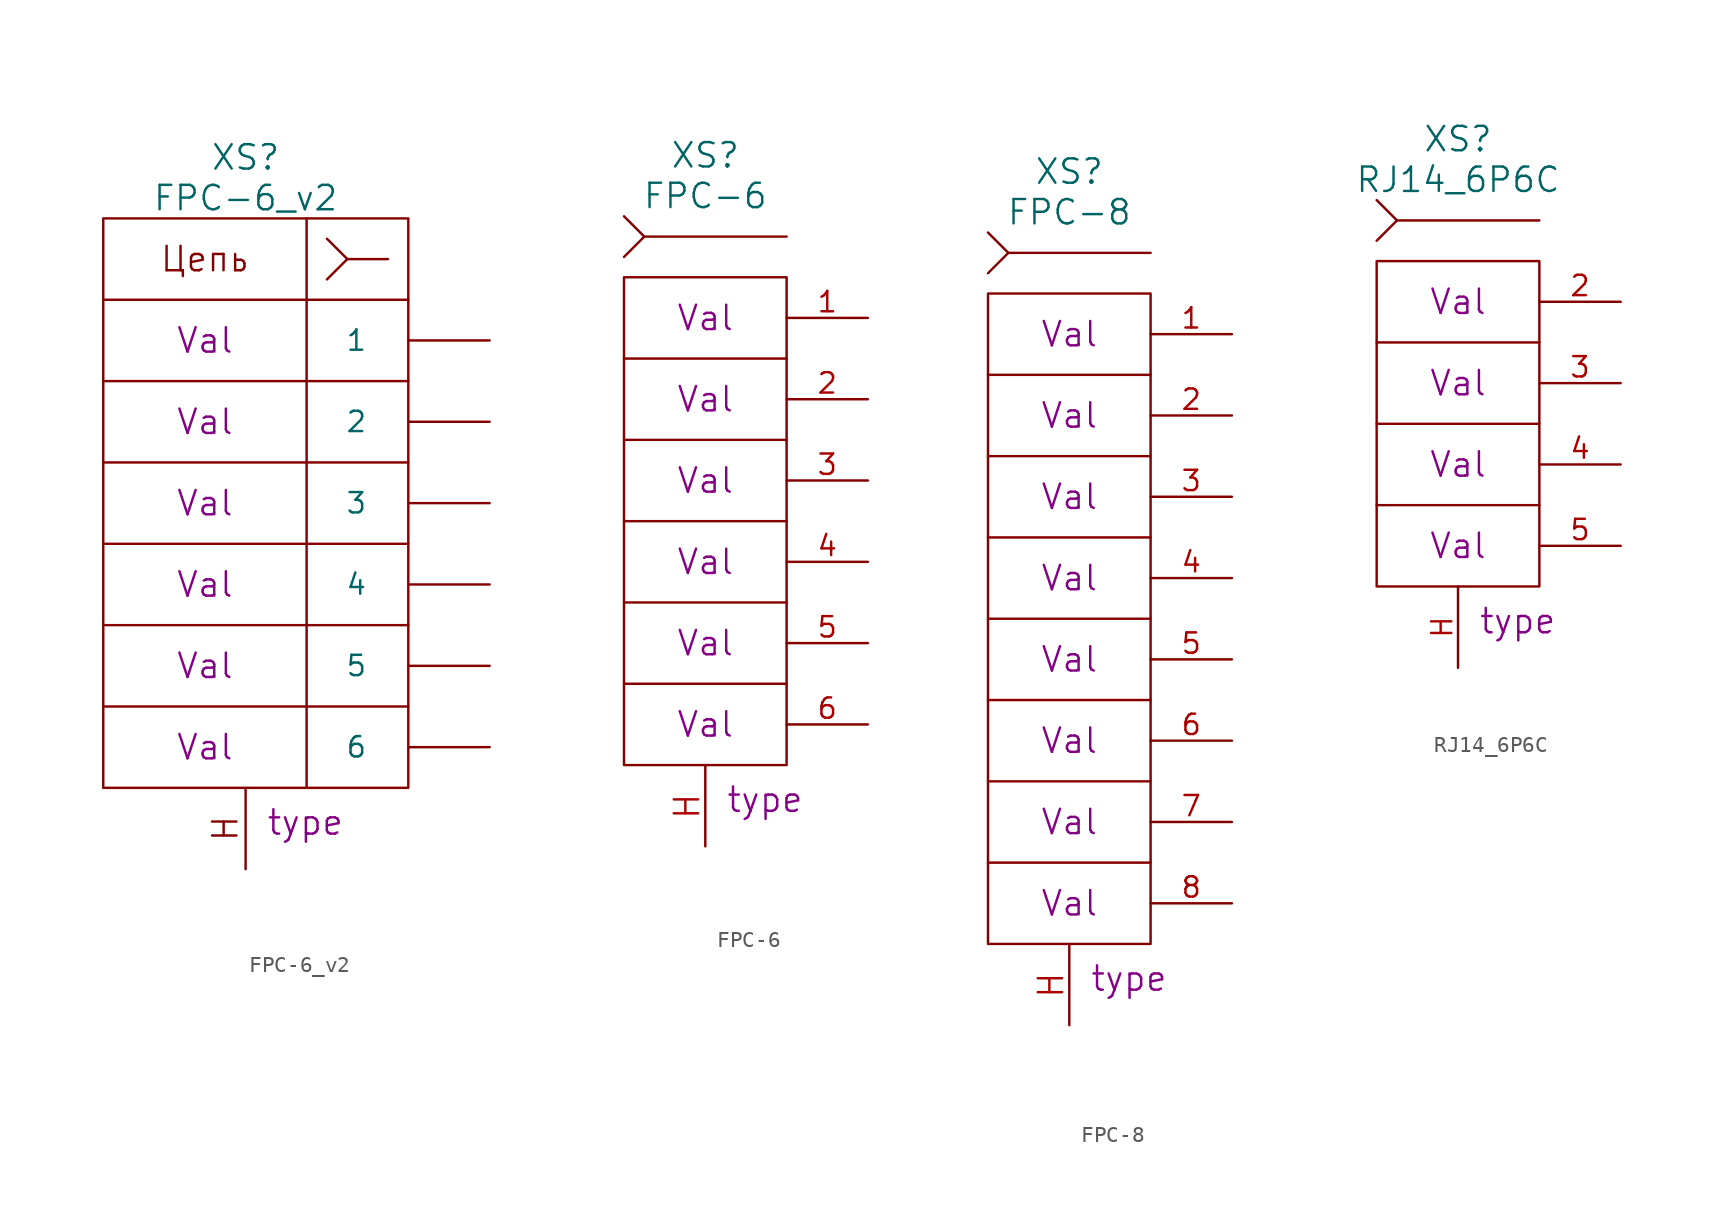
<source format=kicad_sym>
(kicad_symbol_lib
  (version 20220914)
  (generator kicad_symbol_editor)
  (symbol "FPC-6_v2"
    (pin_numbers hide)
    (pin_names
      (offset 2.54))
    (property "Reference" "XS"
      (at 0 21.59 0)
      (do_not_autoplace)
      (effects (font (size 1.524 1.524))))
    (property "Value" "FPC-6_v2"
      (at 0 19.05 0)
      (do_not_autoplace)
      (effects (font (size 1.524 1.524))))
    (property "Datasheet" ""
      (at 8.89 -13.97 0)
      (effects (font (size 1.524 1.524))))
    (property "Pin1" "Val"
      (at -2.54 10.16 0)
      (do_not_autoplace)
      (effects (font (size 1.524 1.524))))
    (property "Pin2" "Val"
      (at -2.54 5.08 0)
      (do_not_autoplace)
      (effects (font (size 1.524 1.524))))
    (property "Pin3" "Val"
      (at -2.54 0 0)
      (do_not_autoplace)
      (effects (font (size 1.524 1.524))))
    (property "Pin4" "Val"
      (at -2.54 -5.08 0)
      (do_not_autoplace)
      (effects (font (size 1.524 1.524))))
    (property "Pin5" "Val"
      (at -2.54 -10.16 0)
      (do_not_autoplace)
      (effects (font (size 1.524 1.524))))
    (property "Pin6" "Val"
      (at -2.54 -15.24 0)
      (do_not_autoplace)
      (effects (font (size 1.524 1.524))))
    (property "Type" "type"
      (at 1.27 -19.05 0)
      (do_not_autoplace)
      (effects (font (size 1.524 1.524)) (justify left top)))
    (symbol "FPC-6_v2_0_0"
      (text "H" (at -1.27 -20.32 900) (effects (font (size 1.524 1.524))))
      (text "Цепь" (at -2.54 15.24 0) (effects (font (size 1.524 1.524)))))
    (symbol "FPC-6_v2_0_1"
      (rectangle (start -8.89 12.7) (end 10.16 -17.78) (stroke (width 0) (type solid)) (fill (type none)))
      (polyline (pts (xy -8.89 -12.7) (xy 10.16 -12.7)) (stroke (width 0) (type solid)) (fill (type none)))
      (polyline (pts (xy -8.89 -7.62) (xy 10.16 -7.62)) (stroke (width 0) (type solid)) (fill (type none)))
      (polyline (pts (xy -8.89 -2.54) (xy 10.16 -2.54)) (stroke (width 0) (type solid)) (fill (type none)))
      (polyline (pts (xy -8.89 2.54) (xy 10.16 2.54)) (stroke (width 0) (type solid)) (fill (type none)))
      (polyline (pts (xy 8.89 15.24) (xy 6.35 15.24)) (stroke (width 0) (type solid)) (fill (type none)))
      (polyline (pts (xy 10.16 7.62) (xy -8.89 7.62)) (stroke (width 0) (type solid)) (fill (type none)))
      (polyline (pts (xy 5.08 13.97) (xy 6.35 15.24) (xy 5.08 16.51)) (stroke (width 0) (type solid)) (fill (type none)))
      (polyline (pts (xy 3.81 17.78) (xy 3.81 10.16) (xy 3.81 2.54) (xy 3.81 -17.78)) (stroke (width 0) (type solid)) (fill (type none)))
      (polyline (pts (xy 10.16 12.7) (xy 10.16 16.51) (xy 10.16 17.78) (xy -8.89 17.78) (xy -8.89 12.7)) (stroke (width 0) (type solid)) (fill (type none))))
    (symbol "FPC-6_v2_1_1"
      (pin passive line (at 15.24 10.16 180) (length 5.08) (name "1" (effects (font (size 1.27 1.27)))) (number "1" (effects (font (size 1.27 1.27)))))
      (pin passive line (at 15.24 5.08 180) (length 5.08) (name "2" (effects (font (size 1.27 1.27)))) (number "2" (effects (font (size 1.27 1.27)))))
      (pin passive line (at 15.24 0 180) (length 5.08) (name "3" (effects (font (size 1.27 1.27)))) (number "3" (effects (font (size 1.27 1.27)))))
      (pin passive line (at 15.24 -5.08 180) (length 5.08) (name "4" (effects (font (size 1.27 1.27)))) (number "4" (effects (font (size 1.27 1.27)))))
      (pin passive line (at 15.24 -10.16 180) (length 5.08) (name "5" (effects (font (size 1.27 1.27)))) (number "5" (effects (font (size 1.27 1.27)))))
      (pin passive line (at 15.24 -15.24 180) (length 5.08) (name "6" (effects (font (size 1.27 1.27)))) (number "6" (effects (font (size 1.27 1.27)))))
      (pin passive line (at 0 -22.86 90) (length 5.004) (name "~" (effects (font (size 1.524 1.524)))) (number "H" (effects (font (size 1.524 1.524)))))))
  (symbol "FPC-6"
    (pin_names
      (offset 1.016) hide)
    (property "Reference" "XS"
      (at 0 22.86 0)
      (do_not_autoplace)
      (effects (font (size 1.524 1.524))))
    (property "Value" "FPC-6"
      (at 0 20.32 0)
      (do_not_autoplace)
      (effects (font (size 1.524 1.524))))
    (property "Datasheet" ""
      (at 0 -6.35 0)
      (effects (font (size 1.524 1.524))))
    (property "Pin1" "Val"
      (at 0 2.54 0)
      (do_not_autoplace)
      (effects (font (size 1.524 1.524))))
    (property "Pin2" "Val"
      (at 0 7.62 0)
      (do_not_autoplace)
      (effects (font (size 1.524 1.524))))
    (property "Pin3" "Val"
      (at 0 12.7 0)
      (do_not_autoplace)
      (effects (font (size 1.524 1.524))))
    (property "Pin4" "Val"
      (at 0 -2.54 0)
      (do_not_autoplace)
      (effects (font (size 1.524 1.524))))
    (property "Pin5" "Val"
      (at 0 -7.62 0)
      (do_not_autoplace)
      (effects (font (size 1.524 1.524))))
    (property "Pin6" "Val"
      (at 0 -12.7 0)
      (do_not_autoplace)
      (effects (font (size 1.524 1.524))))
    (property "Type" "type"
      (at 1.27 -16.51 0)
      (do_not_autoplace)
      (effects (font (size 1.524 1.524)) (justify left top)))
    (symbol "FPC-6_0_0"
      (polyline (pts (xy 5.08 -10.16) (xy -5.08 -10.16)) (stroke (width 0) (type solid)) (fill (type none)))
      (polyline (pts (xy 5.08 -5.08) (xy -5.08 -5.08)) (stroke (width 0) (type solid)) (fill (type none)))
      (polyline (pts (xy 5.08 0) (xy -5.08 0)) (stroke (width 0) (type solid)) (fill (type none)))
      (polyline (pts (xy 5.08 5.08) (xy -5.08 5.08)) (stroke (width 0) (type solid)) (fill (type none)))
      (polyline (pts (xy 5.08 10.16) (xy -5.08 10.16)) (stroke (width 0) (type solid)) (fill (type none)))
      (rectangle (start 5.08 15.24) (end -5.08 -15.24) (stroke (width 0) (type solid)) (fill (type none))))
    (symbol "FPC-6_0_1"
      (polyline (pts (xy 5.08 17.78) (xy -3.81 17.78)) (stroke (width 0) (type solid)) (fill (type none)))
      (polyline (pts (xy -5.08 16.51) (xy -3.81 17.78) (xy -5.08 19.05)) (stroke (width 0) (type solid)) (fill (type none))))
    (symbol "FPC-6_1_1"
      (pin passive line (at 10.16 12.7 180) (length 5.08) (name "1" (effects (font (size 1.27 1.27)))) (number "1" (effects (font (size 1.27 1.27)))))
      (pin passive line (at 10.16 7.62 180) (length 5.08) (name "2" (effects (font (size 1.27 1.27)))) (number "2" (effects (font (size 1.27 1.27)))))
      (pin passive line (at 10.16 2.54 180) (length 5.08) (name "3" (effects (font (size 1.27 1.27)))) (number "3" (effects (font (size 1.27 1.27)))))
      (pin passive line (at 10.16 -2.54 180) (length 5.08) (name "4" (effects (font (size 1.27 1.27)))) (number "4" (effects (font (size 1.27 1.27)))))
      (pin passive line (at 10.16 -7.62 180) (length 5.08) (name "5" (effects (font (size 1.27 1.27)))) (number "5" (effects (font (size 1.27 1.27)))))
      (pin passive line (at 10.16 -12.7 180) (length 5.08) (name "6" (effects (font (size 1.27 1.27)))) (number "6" (effects (font (size 1.27 1.27)))))
      (pin passive line (at 0 -20.32 90) (length 5.004) (name "~" (effects (font (size 1.524 1.524)))) (number "H" (effects (font (size 1.524 1.524)))))))
  (symbol "FPC-8"
    (pin_names
      (offset 1.016) hide)
    (property "Reference" "XS"
      (at 0 25.4 0)
      (do_not_autoplace)
      (effects (font (size 1.524 1.524))))
    (property "Value" "FPC-8"
      (at 0 22.86 0)
      (do_not_autoplace)
      (effects (font (size 1.524 1.524))))
    (property "Datasheet" ""
      (at 0 -3.81 0)
      (effects (font (size 1.524 1.524))))
    (property "Pin1" "Val"
      (at 0 5.08 0)
      (do_not_autoplace)
      (effects (font (size 1.524 1.524))))
    (property "Pin2" "Val"
      (at 0 10.16 0)
      (do_not_autoplace)
      (effects (font (size 1.524 1.524))))
    (property "Pin3" "Val"
      (at 0 15.24 0)
      (do_not_autoplace)
      (effects (font (size 1.524 1.524))))
    (property "Pin4" "Val"
      (at 0 0 0)
      (do_not_autoplace)
      (effects (font (size 1.524 1.524))))
    (property "Pin5" "Val"
      (at 0 -5.08 0)
      (do_not_autoplace)
      (effects (font (size 1.524 1.524))))
    (property "Pin6" "Val"
      (at 0 -10.16 0)
      (do_not_autoplace)
      (effects (font (size 1.524 1.524))))
    (property "Pin7" "Val"
      (at 0 -15.24 0)
      (do_not_autoplace)
      (effects (font (size 1.524 1.524))))
    (property "Pin8" "Val"
      (at 0 -20.32 0)
      (do_not_autoplace)
      (effects (font (size 1.524 1.524))))
    (property "Type" "type"
      (at 1.27 -24.13 0)
      (do_not_autoplace)
      (effects (font (size 1.524 1.524)) (justify left top)))
    (symbol "FPC-8_0_0"
      (rectangle (start -5.08 17.78) (end 5.08 -22.86) (stroke (width 0) (type solid)) (fill (type none)))
      (polyline (pts (xy 5.08 -17.78) (xy -5.08 -17.78)) (stroke (width 0) (type solid)) (fill (type none)))
      (polyline (pts (xy 5.08 -12.7) (xy -5.08 -12.7)) (stroke (width 0) (type solid)) (fill (type none)))
      (polyline (pts (xy 5.08 -7.62) (xy -5.08 -7.62)) (stroke (width 0) (type solid)) (fill (type none)))
      (polyline (pts (xy 5.08 -2.54) (xy -5.08 -2.54)) (stroke (width 0) (type solid)) (fill (type none)))
      (polyline (pts (xy 5.08 2.54) (xy -5.08 2.54)) (stroke (width 0) (type solid)) (fill (type none)))
      (polyline (pts (xy 5.08 7.62) (xy -5.08 7.62)) (stroke (width 0) (type solid)) (fill (type none)))
      (polyline (pts (xy 5.08 12.7) (xy -5.08 12.7)) (stroke (width 0) (type solid)) (fill (type none))))
    (symbol "FPC-8_0_1"
      (polyline (pts (xy 5.08 20.32) (xy -3.81 20.32)) (stroke (width 0) (type solid)) (fill (type none)))
      (polyline (pts (xy -5.08 19.05) (xy -3.81 20.32) (xy -5.08 21.59)) (stroke (width 0) (type solid)) (fill (type none))))
    (symbol "FPC-8_1_1"
      (pin passive line (at 10.16 15.24 180) (length 5.08) (name "1" (effects (font (size 1.27 1.27)))) (number "1" (effects (font (size 1.27 1.27)))))
      (pin passive line (at 10.16 10.16 180) (length 5.08) (name "2" (effects (font (size 1.27 1.27)))) (number "2" (effects (font (size 1.27 1.27)))))
      (pin passive line (at 10.16 5.08 180) (length 5.08) (name "3" (effects (font (size 1.27 1.27)))) (number "3" (effects (font (size 1.27 1.27)))))
      (pin passive line (at 10.16 0 180) (length 5.08) (name "4" (effects (font (size 1.27 1.27)))) (number "4" (effects (font (size 1.27 1.27)))))
      (pin passive line (at 10.16 -5.08 180) (length 5.08) (name "5" (effects (font (size 1.27 1.27)))) (number "5" (effects (font (size 1.27 1.27)))))
      (pin passive line (at 10.16 -10.16 180) (length 5.08) (name "6" (effects (font (size 1.27 1.27)))) (number "6" (effects (font (size 1.27 1.27)))))
      (pin passive line (at 10.16 -15.24 180) (length 5.08) (name "7" (effects (font (size 1.27 1.27)))) (number "7" (effects (font (size 1.27 1.27)))))
      (pin passive line (at 10.16 -20.32 180) (length 5.08) (name "8" (effects (font (size 1.27 1.27)))) (number "8" (effects (font (size 1.27 1.27)))))
      (pin passive line (at 0 -27.94 90) (length 5.004) (name "~" (effects (font (size 1.524 1.524)))) (number "H" (effects (font (size 1.524 1.524)))))))
  (symbol "RJ14_6P6C"
    (pin_names
      (offset 1.016))
    (property "Reference" "XS"
      (at 0 17.78 0)
      (do_not_autoplace)
      (effects (font (size 1.524 1.524))))
    (property "Value" "RJ14_6P6C"
      (at 0 15.24 0)
      (do_not_autoplace)
      (effects (font (size 1.524 1.524))))
    (property "Datasheet" ""
      (at 0 -11.43 0)
      (effects (font (size 1.524 1.524))))
    (property "Pin2" "Val"
      (at 0 7.62 0)
      (do_not_autoplace)
      (effects (font (size 1.524 1.524))))
    (property "Pin3" "Val"
      (at 0 2.54 0)
      (do_not_autoplace)
      (effects (font (size 1.524 1.524))))
    (property "Pin4" "Val"
      (at 0 -2.54 0)
      (do_not_autoplace)
      (effects (font (size 1.524 1.524))))
    (property "Pin5" "Val"
      (at 0 -7.62 0)
      (do_not_autoplace)
      (effects (font (size 1.524 1.524))))
    (property "Type" "type"
      (at 1.27 -11.43 0)
      (do_not_autoplace)
      (effects (font (size 1.524 1.524)) (justify left top)))
    (symbol "RJ14_6P6C_0_0"
      (polyline (pts (xy 5.08 -5.08) (xy -5.08 -5.08)) (stroke (width 0) (type solid)) (fill (type none)))
      (polyline (pts (xy 5.08 0) (xy -5.08 0)) (stroke (width 0) (type solid)) (fill (type none)))
      (polyline (pts (xy 5.08 5.08) (xy -5.08 5.08)) (stroke (width 0) (type solid)) (fill (type none)))
      (rectangle (start 5.08 10.16) (end -5.08 -10.16) (stroke (width 0) (type solid)) (fill (type none))))
    (symbol "RJ14_6P6C_0_1"
      (polyline (pts (xy 5.08 12.7) (xy -3.81 12.7)) (stroke (width 0) (type solid)) (fill (type none)))
      (polyline (pts (xy -5.08 11.43) (xy -3.81 12.7) (xy -5.08 13.97)) (stroke (width 0) (type solid)) (fill (type none))))
    (symbol "RJ14_6P6C_1_1"
      (pin no_connect line (at 10.16 10.16 180) (length 5.08) hide (name "~" (effects (font (size 1.27 1.27)))) (number "1" (effects (font (size 1.27 1.27)))))
      (pin passive line (at 10.16 7.62 180) (length 5.08) (name "~" (effects (font (size 1.27 1.27)))) (number "2" (effects (font (size 1.27 1.27)))))
      (pin passive line (at 10.16 2.54 180) (length 5.08) (name "~" (effects (font (size 1.27 1.27)))) (number "3" (effects (font (size 1.27 1.27)))))
      (pin passive line (at 10.16 -2.54 180) (length 5.08) (name "~" (effects (font (size 1.27 1.27)))) (number "4" (effects (font (size 1.27 1.27)))))
      (pin passive line (at 10.16 -7.62 180) (length 5.08) (name "~" (effects (font (size 1.27 1.27)))) (number "5" (effects (font (size 1.27 1.27)))))
      (pin no_connect line (at 10.16 -10.16 180) (length 5.08) hide (name "~" (effects (font (size 1.27 1.27)))) (number "6" (effects (font (size 1.27 1.27)))))
      (pin passive line (at 0 -15.24 90) (length 5.08) (name "~" (effects (font (size 1.27 1.27)))) (number "H" (effects (font (size 1.27 1.27))))))))
</source>
